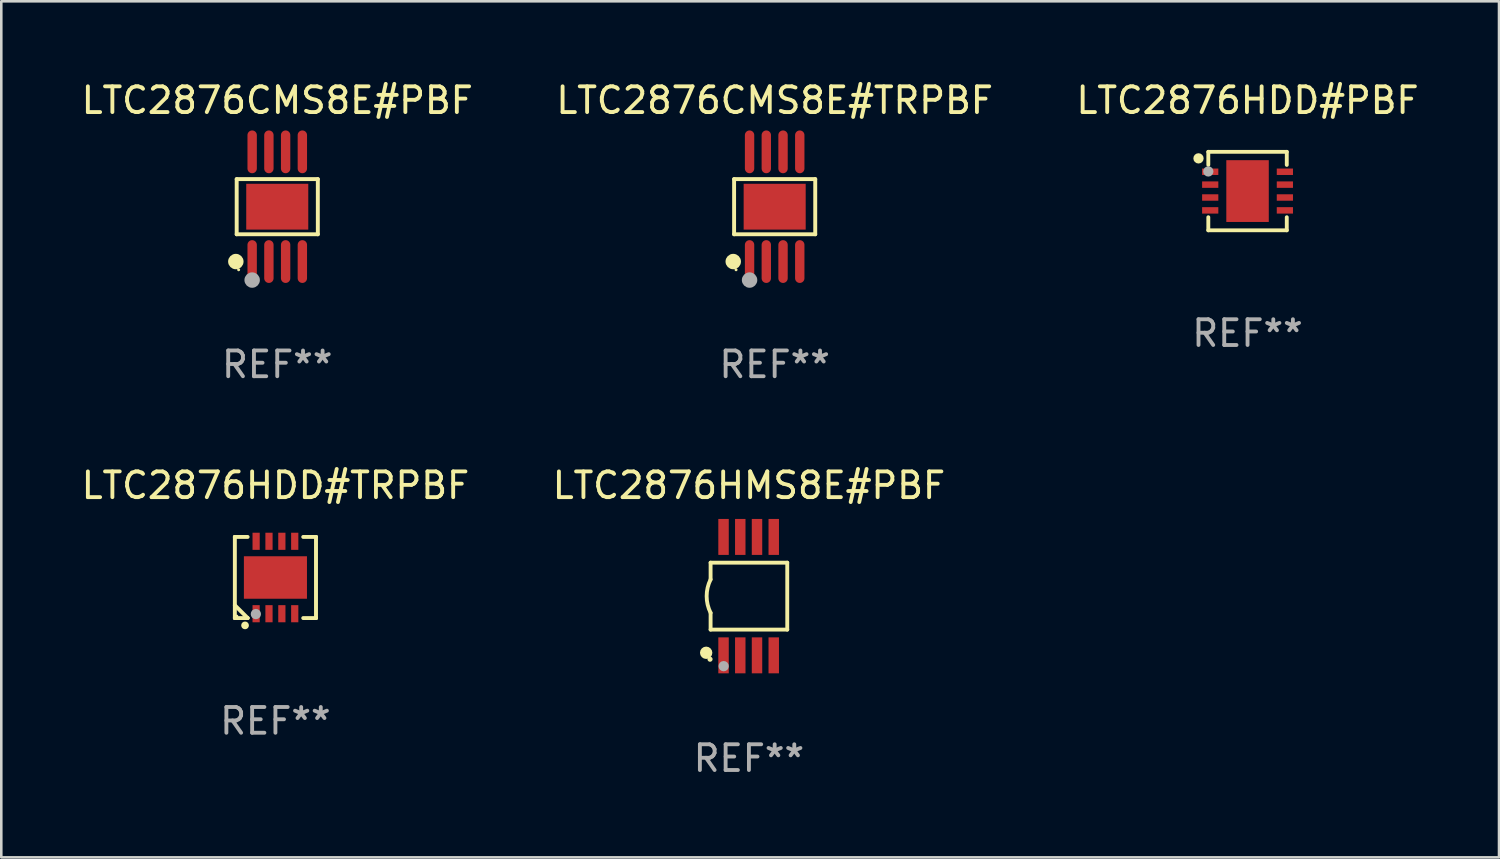
<source format=kicad_pcb>
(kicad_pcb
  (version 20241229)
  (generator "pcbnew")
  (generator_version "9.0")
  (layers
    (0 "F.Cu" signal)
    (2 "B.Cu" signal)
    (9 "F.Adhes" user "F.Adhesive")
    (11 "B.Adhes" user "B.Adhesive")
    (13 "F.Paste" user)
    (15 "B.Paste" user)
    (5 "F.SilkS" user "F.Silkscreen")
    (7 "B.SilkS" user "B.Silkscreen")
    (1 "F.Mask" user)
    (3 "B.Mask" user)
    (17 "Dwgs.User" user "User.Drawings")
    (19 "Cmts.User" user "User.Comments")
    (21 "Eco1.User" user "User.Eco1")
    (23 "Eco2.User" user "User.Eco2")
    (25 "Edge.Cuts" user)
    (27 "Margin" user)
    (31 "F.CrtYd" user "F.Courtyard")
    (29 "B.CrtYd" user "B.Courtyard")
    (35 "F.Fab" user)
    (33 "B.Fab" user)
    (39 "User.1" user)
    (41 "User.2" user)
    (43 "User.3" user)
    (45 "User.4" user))
  (footprint "LTC2876HMS8E#PBF"
    (layer "F.Cu")
    (at 26.042 20.107)
    (property "Reference" "LTC2876HMS8E#PBF" (at 0 -4.3 0) (layer "F.SilkS") (effects (font (size 1 1) (thickness 0.15))))
    (attr through_hole)
    (fp_line (start -1.489 -1.3) (end -1.489 -0.648) (stroke (width 0.15) (type solid)) (layer "F.SilkS"))
    (fp_line (start -1.489 0.648) (end -1.489 1.3) (stroke (width 0.15) (type solid)) (layer "F.SilkS"))
    (fp_line (start -1.489 1.3) (end 1.489 1.3) (stroke (width 0.15) (type solid)) (layer "F.SilkS"))
    (fp_line (start 1.489 -1.3) (end -1.489 -1.3) (stroke (width 0.15) (type solid)) (layer "F.SilkS"))
    (fp_line (start 1.489 1.3) (end 1.489 -1.3) (stroke (width 0.15) (type solid)) (layer "F.SilkS"))
    (fp_arc (start -1.489205 0.647702) (mid -1.642107 0) (end -1.489205 -0.647701) (stroke (width 0.150013) (type solid)) (layer "F.SilkS"))
    (fp_circle (center -1.661 2.2) (end -1.541 2.2) (stroke (width 0.24) (type solid)) (fill no) (layer "F.SilkS"))
    (fp_circle (center -1.511 2.45) (end -1.461 2.45) (stroke (width 0.1) (type solid)) (fill no) (layer "F.SilkS"))
    (fp_circle (center -0.981 2.72) (end -0.881 2.72) (stroke (width 0.2) (type solid)) (fill no) (layer "F.Fab"))
    (fp_text user "REF**" (at 0 6.3 0) (layer "F.Fab") (effects (font (size 1 1) (thickness 0.15))))
    (pad "1" smd rect (at -0.986 2.3) (size 0.406 1.397) (layers "F.Cu" "F.Mask" "F.Paste"))
    (pad "2" smd rect (at -0.336 2.3) (size 0.406 1.397) (layers "F.Cu" "F.Mask" "F.Paste"))
    (pad "3" smd rect (at 0.314 2.3) (size 0.406 1.397) (layers "F.Cu" "F.Mask" "F.Paste"))
    (pad "4" smd rect (at 0.964 2.3) (size 0.406 1.397) (layers "F.Cu" "F.Mask" "F.Paste"))
    (pad "5" smd rect (at 0.964 -2.3) (size 0.406 1.397) (layers "F.Cu" "F.Mask" "F.Paste"))
    (pad "6" smd rect (at 0.314 -2.3) (size 0.406 1.397) (layers "F.Cu" "F.Mask" "F.Paste"))
    (pad "7" smd rect (at -0.336 -2.3) (size 0.406 1.397) (layers "F.Cu" "F.Mask" "F.Paste"))
    (pad "8" smd rect (at -0.986 -2.3) (size 0.406 1.397) (layers "F.Cu" "F.Mask" "F.Paste")))
  (footprint "LTC2876CMS8E#TRPBF"
    (layer "F.Cu")
    (at 27.042 4.979)
    (property "Reference" "LTC2876CMS8E#TRPBF" (at 0 -4.131 0) (layer "F.SilkS") (effects (font (size 1 1) (thickness 0.15))))
    (attr through_hole)
    (fp_line (start -1.576 -1.071) (end 1.576 -1.071) (stroke (width 0.152) (type solid)) (layer "F.SilkS"))
    (fp_line (start -1.576 1.071) (end -1.576 -1.071) (stroke (width 0.152) (type solid)) (layer "F.SilkS"))
    (fp_line (start 1.576 -1.071) (end 1.576 1.071) (stroke (width 0.152) (type solid)) (layer "F.SilkS"))
    (fp_line (start 1.576 1.071) (end -1.576 1.071) (stroke (width 0.152) (type solid)) (layer "F.SilkS"))
    (fp_circle (center -1.609 2.131) (end -1.459 2.131) (stroke (width 0.3) (type solid)) (fill no) (layer "F.SilkS"))
    (fp_circle (center -1.5 2.45) (end -1.47 2.45) (stroke (width 0.06) (type solid)) (fill no) (layer "F.SilkS"))
    (fp_circle (center -0.975 2.85) (end -0.825 2.85) (stroke (width 0.3) (type solid)) (fill no) (layer "F.Fab"))
    (fp_text user "REF**" (at 0 6.131 0) (layer "F.Fab") (effects (font (size 1 1) (thickness 0.15))))
    (pad "1" smd oval (at -0.975 2.131) (size 0.364 1.662) (layers "F.Cu" "F.Mask" "F.Paste"))
    (pad "2" smd oval (at -0.325 2.131) (size 0.364 1.662) (layers "F.Cu" "F.Mask" "F.Paste"))
    (pad "3" smd oval (at 0.325 2.131) (size 0.364 1.662) (layers "F.Cu" "F.Mask" "F.Paste"))
    (pad "4" smd oval (at 0.975 2.131) (size 0.364 1.662) (layers "F.Cu" "F.Mask" "F.Paste"))
    (pad "5" smd oval (at 0.975 -2.131) (size 0.364 1.662) (layers "F.Cu" "F.Mask" "F.Paste"))
    (pad "6" smd oval (at 0.325 -2.131) (size 0.364 1.662) (layers "F.Cu" "F.Mask" "F.Paste"))
    (pad "7" smd oval (at -0.325 -2.131) (size 0.364 1.662) (layers "F.Cu" "F.Mask" "F.Paste"))
    (pad "8" smd oval (at -0.975 -2.131) (size 0.364 1.662) (layers "F.Cu" "F.Mask" "F.Paste"))
    (pad "9" smd rect (at 0 0) (size 2.41 1.78) (layers "F.Cu" "F.Mask" "F.Paste")))
  (footprint "LTC2876HDD#PBF"
    (layer "F.Cu")
    (at 45.411 4.372)
    (property "Reference" "LTC2876HDD#PBF" (at 0 -3.524 0) (layer "F.SilkS") (effects (font (size 1 1) (thickness 0.15))))
    (attr through_hole)
    (fp_line (start -1.524 -1.524) (end 1.524 -1.524) (stroke (width 0.15) (type solid)) (layer "F.SilkS"))
    (fp_line (start -1.524 -1.016) (end -1.524 -1.524) (stroke (width 0.15) (type solid)) (layer "F.SilkS"))
    (fp_line (start -1.524 1.016) (end -1.524 1.524) (stroke (width 0.15) (type solid)) (layer "F.SilkS"))
    (fp_line (start -1.524 1.524) (end 1.524 1.524) (stroke (width 0.15) (type solid)) (layer "F.SilkS"))
    (fp_line (start 1.524 -1.524) (end 1.524 -1.016) (stroke (width 0.15) (type solid)) (layer "F.SilkS"))
    (fp_line (start 1.524 1.524) (end 1.524 1.016) (stroke (width 0.15) (type solid)) (layer "F.SilkS"))
    (fp_circle (center -1.905 -1.27) (end -1.805 -1.27) (stroke (width 0.2) (type solid)) (fill no) (layer "F.SilkS"))
    (fp_circle (center -1.5 -1.5) (end -1.47 -1.5) (stroke (width 0.06) (type solid)) (fill no) (layer "F.SilkS"))
    (fp_circle (center -1.524 -0.762) (end -1.424 -0.762) (stroke (width 0.2) (type solid)) (fill no) (layer "F.Fab"))
    (fp_text user "REF**" (at 0 5.524 0) (layer "F.Fab") (effects (font (size 1 1) (thickness 0.15))))
    (pad "1" smd rect (at -1.45 -0.75) (size 0.63 0.25) (layers "F.Cu" "F.Mask" "F.Paste"))
    (pad "2" smd rect (at -1.45 -0.25) (size 0.63 0.25) (layers "F.Cu" "F.Mask" "F.Paste"))
    (pad "3" smd rect (at -1.45 0.25) (size 0.63 0.25) (layers "F.Cu" "F.Mask" "F.Paste"))
    (pad "4" smd rect (at -1.45 0.75) (size 0.63 0.25) (layers "F.Cu" "F.Mask" "F.Paste"))
    (pad "5" smd rect (at 1.45 0.75) (size 0.63 0.25) (layers "F.Cu" "F.Mask" "F.Paste"))
    (pad "6" smd rect (at 1.45 0.25) (size 0.63 0.25) (layers "F.Cu" "F.Mask" "F.Paste"))
    (pad "7" smd rect (at 1.45 -0.25) (size 0.63 0.25) (layers "F.Cu" "F.Mask" "F.Paste"))
    (pad "8" smd rect (at 1.45 -0.75) (size 0.63 0.25) (layers "F.Cu" "F.Mask" "F.Paste"))
    (pad "9" smd rect (at -0.000025 0.000127) (size 1.65 2.4) (layers "F.Cu" "F.Mask" "F.Paste")))
  (footprint "LTC2876HDD#TRPBF"
    (layer "F.Cu")
    (at 7.649 19.383)
    (property "Reference" "LTC2876HDD#TRPBF" (at 0 -3.576 0) (layer "F.SilkS") (effects (font (size 1 1) (thickness 0.15))))
    (attr through_hole)
    (fp_line (start -1.576 -1.576) (end -1.576 -1.576) (stroke (width 0.152) (type solid)) (layer "F.SilkS"))
    (fp_line (start -1.576 -1.576) (end -1.08 -1.576) (stroke (width 0.152) (type solid)) (layer "F.SilkS"))
    (fp_line (start -1.576 1.576) (end -1.576 -1.576) (stroke (width 0.152) (type solid)) (layer "F.SilkS"))
    (fp_line (start -1.576 1.576) (end -1.576 1.576) (stroke (width 0.152) (type solid)) (layer "F.SilkS"))
    (fp_line (start -1.08 1.575) (end -1.576 1.079) (stroke (width 0.152) (type solid)) (layer "F.SilkS"))
    (fp_line (start -1.08 1.576) (end -1.576 1.576) (stroke (width 0.152) (type solid)) (layer "F.SilkS"))
    (fp_line (start -1.08 1.576) (end -1.08 1.575) (stroke (width 0.152) (type solid)) (layer "F.SilkS"))
    (fp_line (start 1.08 1.576) (end 1.576 1.576) (stroke (width 0.152) (type solid)) (layer "F.SilkS"))
    (fp_line (start 1.576 -1.576) (end 1.08 -1.576) (stroke (width 0.152) (type solid)) (layer "F.SilkS"))
    (fp_line (start 1.576 -1.576) (end 1.576 -1.576) (stroke (width 0.152) (type solid)) (layer "F.SilkS"))
    (fp_line (start 1.576 1.576) (end 1.576 -1.576) (stroke (width 0.152) (type solid)) (layer "F.SilkS"))
    (fp_line (start 1.576 1.576) (end 1.576 1.576) (stroke (width 0.152) (type solid)) (layer "F.SilkS"))
    (fp_circle (center -1.5 1.5) (end -1.47 1.5) (stroke (width 0.06) (type solid)) (fill no) (layer "F.SilkS"))
    (fp_circle (center -1.18 1.86) (end -1.105 1.86) (stroke (width 0.15) (type solid)) (fill no) (layer "F.SilkS"))
    (fp_circle (center -0.76 1.42) (end -0.66 1.42) (stroke (width 0.2) (type solid)) (fill no) (layer "F.Fab"))
    (fp_text user "REF**" (at 0 5.576 0) (layer "F.Fab") (effects (font (size 1 1) (thickness 0.15))))
    (pad "1" smd rect (at -0.75 1.407) (size 0.28 0.665) (layers "F.Cu" "F.Mask" "F.Paste"))
    (pad "2" smd rect (at -0.25 1.407) (size 0.28 0.665) (layers "F.Cu" "F.Mask" "F.Paste"))
    (pad "3" smd rect (at 0.25 1.407) (size 0.28 0.665) (layers "F.Cu" "F.Mask" "F.Paste"))
    (pad "4" smd rect (at 0.75 1.407) (size 0.28 0.665) (layers "F.Cu" "F.Mask" "F.Paste"))
    (pad "5" smd rect (at 0.75 -1.407) (size 0.28 0.665) (layers "F.Cu" "F.Mask" "F.Paste"))
    (pad "6" smd rect (at 0.25 -1.407) (size 0.28 0.665) (layers "F.Cu" "F.Mask" "F.Paste"))
    (pad "7" smd rect (at -0.25 -1.407) (size 0.28 0.665) (layers "F.Cu" "F.Mask" "F.Paste"))
    (pad "8" smd rect (at -0.75 -1.407) (size 0.28 0.665) (layers "F.Cu" "F.Mask" "F.Paste"))
    (pad "9" smd rect (at 0 0) (size 2.45 1.65) (layers "F.Cu" "F.Mask" "F.Paste")))
  (footprint "LTC2876CMS8E#PBF"
    (layer "F.Cu")
    (at 7.72 4.979)
    (property "Reference" "LTC2876CMS8E#PBF" (at 0 -4.131 0) (layer "F.SilkS") (effects (font (size 1 1) (thickness 0.15))))
    (attr through_hole)
    (fp_line (start -1.576 -1.071) (end 1.576 -1.071) (stroke (width 0.152) (type solid)) (layer "F.SilkS"))
    (fp_line (start -1.576 1.071) (end -1.576 -1.071) (stroke (width 0.152) (type solid)) (layer "F.SilkS"))
    (fp_line (start 1.576 -1.071) (end 1.576 1.071) (stroke (width 0.152) (type solid)) (layer "F.SilkS"))
    (fp_line (start 1.576 1.071) (end -1.576 1.071) (stroke (width 0.152) (type solid)) (layer "F.SilkS"))
    (fp_circle (center -1.609 2.131) (end -1.459 2.131) (stroke (width 0.3) (type solid)) (fill no) (layer "F.SilkS"))
    (fp_circle (center -1.5 2.45) (end -1.47 2.45) (stroke (width 0.06) (type solid)) (fill no) (layer "F.SilkS"))
    (fp_circle (center -0.975 2.85) (end -0.825 2.85) (stroke (width 0.3) (type solid)) (fill no) (layer "F.Fab"))
    (fp_text user "REF**" (at 0 6.131 0) (layer "F.Fab") (effects (font (size 1 1) (thickness 0.15))))
    (pad "1" smd oval (at -0.975 2.131) (size 0.364 1.662) (layers "F.Cu" "F.Mask" "F.Paste"))
    (pad "2" smd oval (at -0.325 2.131) (size 0.364 1.662) (layers "F.Cu" "F.Mask" "F.Paste"))
    (pad "3" smd oval (at 0.325 2.131) (size 0.364 1.662) (layers "F.Cu" "F.Mask" "F.Paste"))
    (pad "4" smd oval (at 0.975 2.131) (size 0.364 1.662) (layers "F.Cu" "F.Mask" "F.Paste"))
    (pad "5" smd oval (at 0.975 -2.131) (size 0.364 1.662) (layers "F.Cu" "F.Mask" "F.Paste"))
    (pad "6" smd oval (at 0.325 -2.131) (size 0.364 1.662) (layers "F.Cu" "F.Mask" "F.Paste"))
    (pad "7" smd oval (at -0.325 -2.131) (size 0.364 1.662) (layers "F.Cu" "F.Mask" "F.Paste"))
    (pad "8" smd oval (at -0.975 -2.131) (size 0.364 1.662) (layers "F.Cu" "F.Mask" "F.Paste"))
    (pad "9" smd rect (at 0 0) (size 2.41 1.78) (layers "F.Cu" "F.Mask" "F.Paste")))
  (gr_rect
    (start -3 -3)
    (end 55.179 30.255)
    (stroke (width 0.1) (type default))
    (fill no)
    (layer "Edge.Cuts")))
</source>
